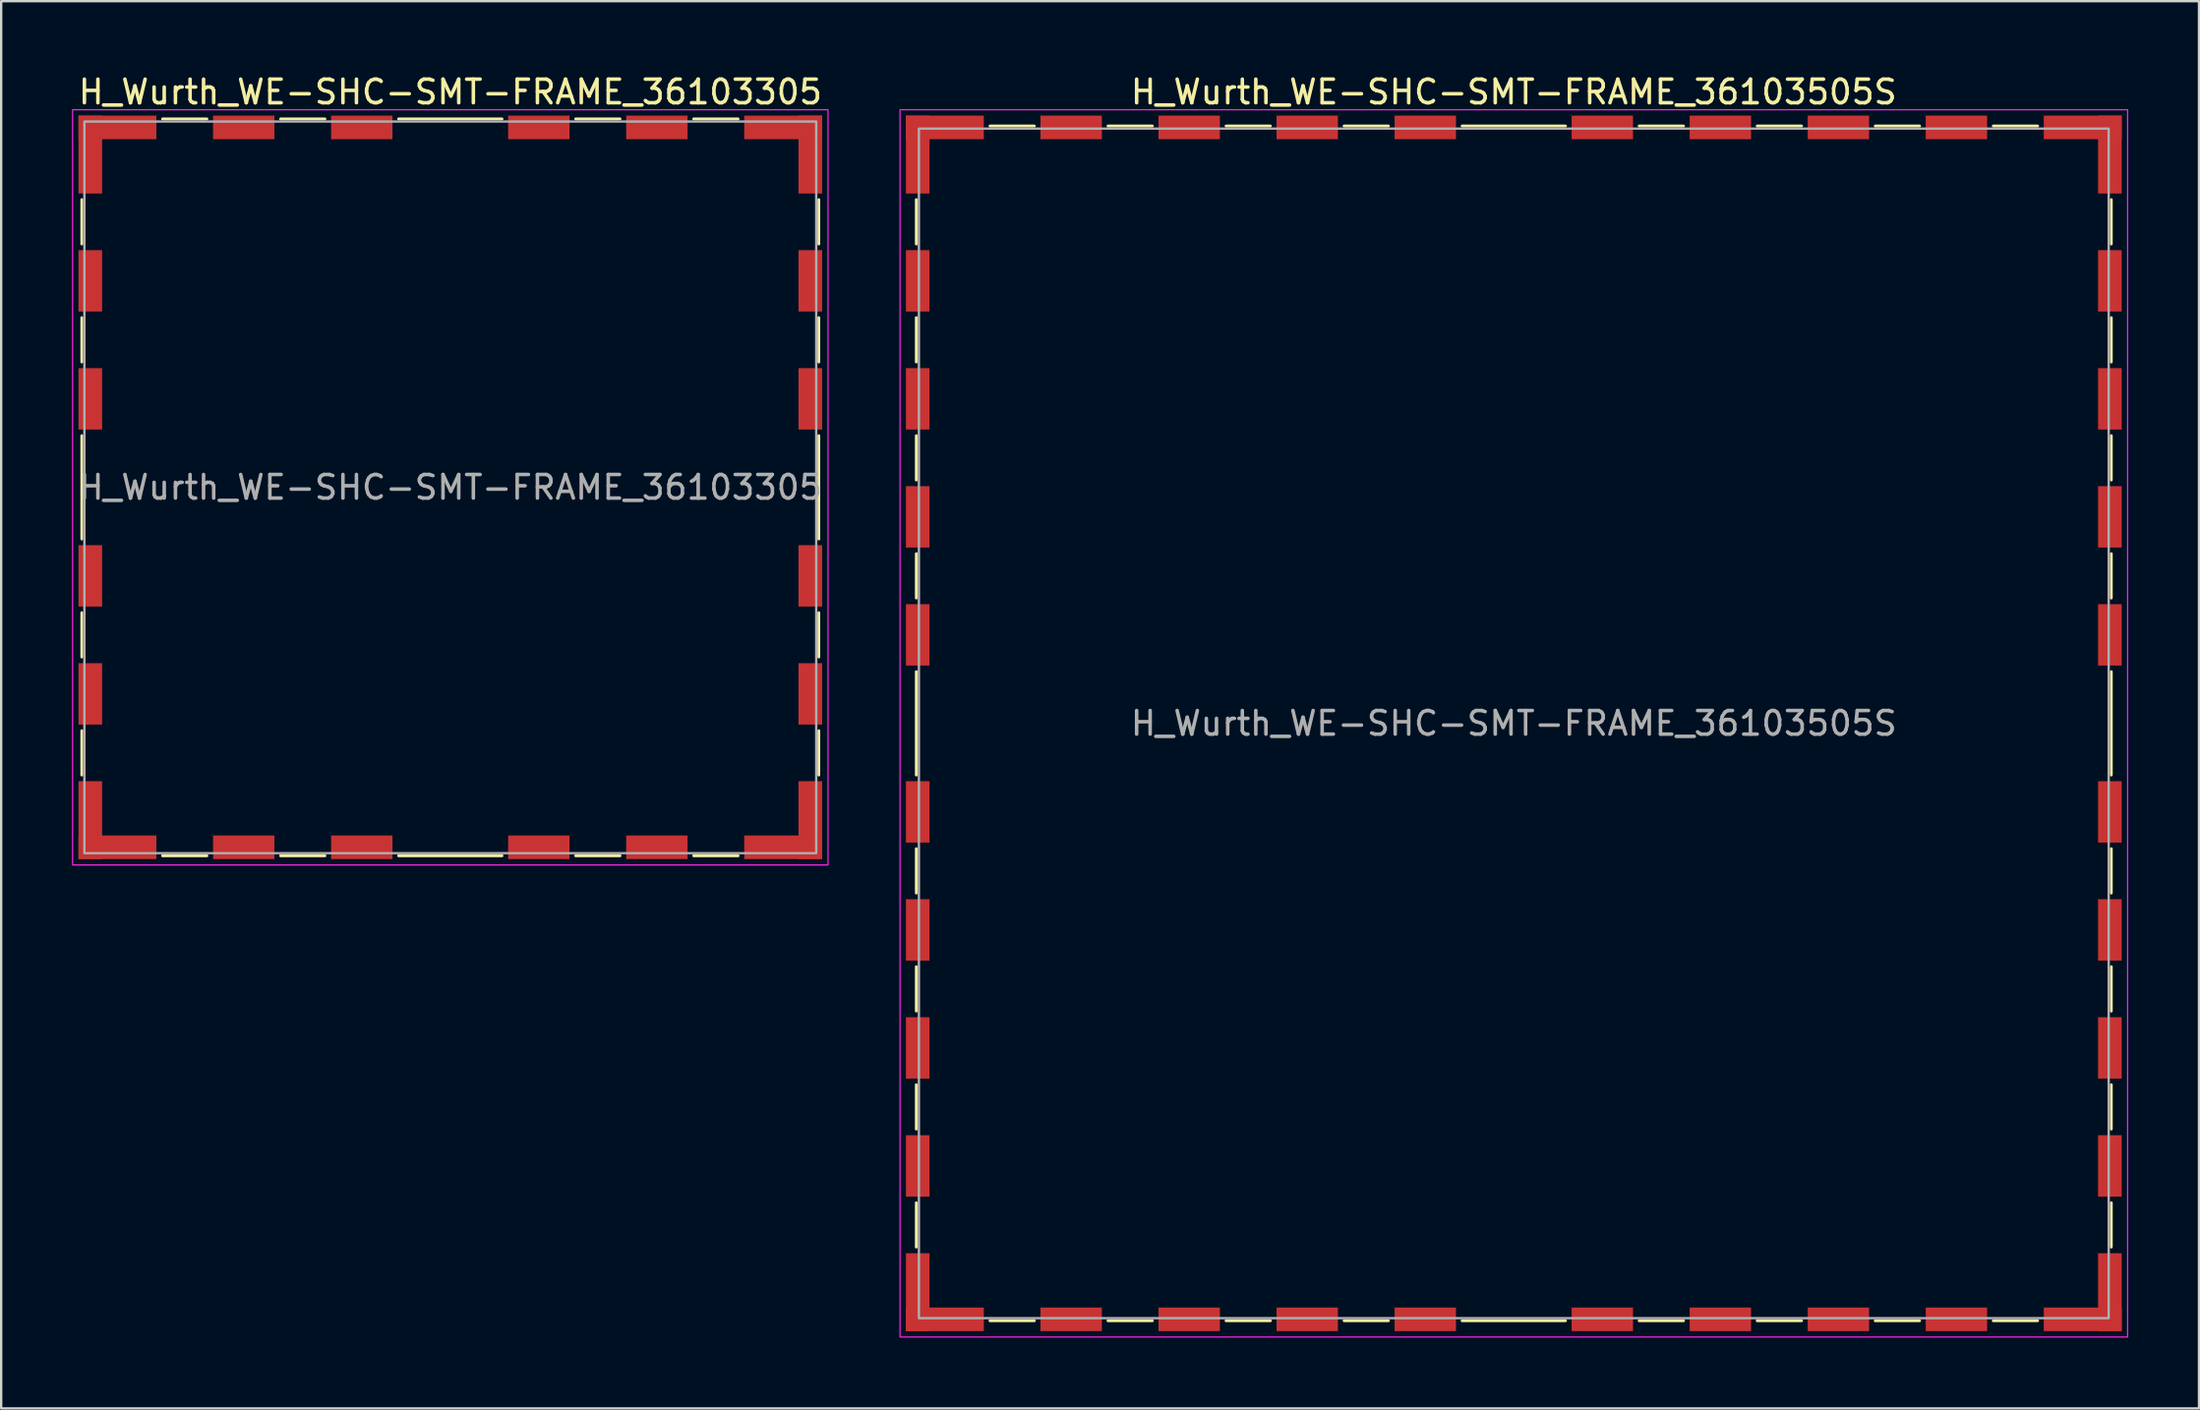
<source format=kicad_pcb>
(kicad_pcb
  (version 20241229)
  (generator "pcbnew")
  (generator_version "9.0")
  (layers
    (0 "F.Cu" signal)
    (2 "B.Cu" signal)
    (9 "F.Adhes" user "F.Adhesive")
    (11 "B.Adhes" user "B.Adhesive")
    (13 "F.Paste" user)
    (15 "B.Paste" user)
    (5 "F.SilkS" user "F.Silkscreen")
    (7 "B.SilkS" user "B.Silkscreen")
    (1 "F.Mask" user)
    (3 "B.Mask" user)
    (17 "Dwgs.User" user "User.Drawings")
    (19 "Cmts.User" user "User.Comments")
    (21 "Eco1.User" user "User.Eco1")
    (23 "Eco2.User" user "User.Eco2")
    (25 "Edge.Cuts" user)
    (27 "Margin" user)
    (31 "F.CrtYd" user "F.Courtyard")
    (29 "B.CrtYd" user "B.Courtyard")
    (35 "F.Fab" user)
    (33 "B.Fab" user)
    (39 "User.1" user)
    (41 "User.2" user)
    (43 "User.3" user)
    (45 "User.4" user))
  (footprint "H_Wurth_WE-SHC-SMT-FRAME_36103305"
    (layer "F.Cu")
    (at 16.025 17.598)
    (property "Reference" "H_Wurth_WE-SHC-SMT-FRAME_36103305" (at 0 -16.75 0) (unlocked yes) (layer "F.SilkS") (effects (font (size 1 1) (thickness 0.15))))
    (attr smd)
    (fp_line (start -15.61 -10.31) (end -15.61 -12.19) (stroke (width 0.12) (type default)) (layer "F.SilkS"))
    (fp_line (start -15.61 -5.31) (end -15.61 -7.19) (stroke (width 0.12) (type default)) (layer "F.SilkS"))
    (fp_line (start -15.61 2.19) (end -15.61 -2.19) (stroke (width 0.12) (type default)) (layer "F.SilkS"))
    (fp_line (start -15.61 7.19) (end -15.61 5.31) (stroke (width 0.12) (type default)) (layer "F.SilkS"))
    (fp_line (start -15.61 12.19) (end -15.61 10.31) (stroke (width 0.12) (type default)) (layer "F.SilkS"))
    (fp_line (start -12.19 -15.61) (end -10.31 -15.61) (stroke (width 0.12) (type default)) (layer "F.SilkS"))
    (fp_line (start -12.19 15.61) (end -10.31 15.61) (stroke (width 0.12) (type default)) (layer "F.SilkS"))
    (fp_line (start -7.19 -15.61) (end -5.31 -15.61) (stroke (width 0.12) (type default)) (layer "F.SilkS"))
    (fp_line (start -7.19 15.61) (end -5.31 15.61) (stroke (width 0.12) (type default)) (layer "F.SilkS"))
    (fp_line (start -2.19 -15.61) (end 2.19 -15.61) (stroke (width 0.12) (type default)) (layer "F.SilkS"))
    (fp_line (start -2.19 15.61) (end 2.19 15.61) (stroke (width 0.12) (type default)) (layer "F.SilkS"))
    (fp_line (start 5.31 -15.61) (end 7.19 -15.61) (stroke (width 0.12) (type default)) (layer "F.SilkS"))
    (fp_line (start 5.31 15.61) (end 7.19 15.61) (stroke (width 0.12) (type default)) (layer "F.SilkS"))
    (fp_line (start 10.31 -15.61) (end 12.19 -15.61) (stroke (width 0.12) (type default)) (layer "F.SilkS"))
    (fp_line (start 10.31 15.61) (end 12.19 15.61) (stroke (width 0.12) (type default)) (layer "F.SilkS"))
    (fp_line (start 15.61 -10.31) (end 15.61 -12.19) (stroke (width 0.12) (type default)) (layer "F.SilkS"))
    (fp_line (start 15.61 -5.31) (end 15.61 -7.19) (stroke (width 0.12) (type default)) (layer "F.SilkS"))
    (fp_line (start 15.61 2.19) (end 15.61 -2.19) (stroke (width 0.12) (type default)) (layer "F.SilkS"))
    (fp_line (start 15.61 7.19) (end 15.61 5.31) (stroke (width 0.12) (type default)) (layer "F.SilkS"))
    (fp_line (start 15.61 12.19) (end 15.61 10.31) (stroke (width 0.12) (type default)) (layer "F.SilkS"))
    (fp_rect (start -16 -16) (end 16 16) (stroke (width 0.05) (type solid)) (fill no) (layer "F.CrtYd"))
    (fp_rect (start -15.5 -15.5) (end 15.5 15.5) (stroke (width 0.1) (type solid)) (fill no) (layer "F.Fab"))
    (fp_text user "${REFERENCE}" (at 0 0 0) (unlocked yes) (layer "F.Fab") (effects (font (size 1 1) (thickness 0.15))))
    (pad "1" smd rect (at -15.25 -14.1) (size 1 3.3) (layers "F.Cu" "F.Mask" "F.Paste"))
    (pad "1" smd rect (at -15.25 -8.75) (size 1 2.6) (layers "F.Cu" "F.Mask" "F.Paste"))
    (pad "1" smd rect (at -15.25 -3.75) (size 1 2.6) (layers "F.Cu" "F.Mask" "F.Paste"))
    (pad "1" smd rect (at -15.25 3.75) (size 1 2.6) (layers "F.Cu" "F.Mask" "F.Paste"))
    (pad "1" smd rect (at -15.25 8.75) (size 1 2.6) (layers "F.Cu" "F.Mask" "F.Paste"))
    (pad "1" smd rect (at -15.25 14.1) (size 1 3.3) (layers "F.Cu" "F.Mask" "F.Paste"))
    (pad "1" smd rect (at -14.1 -15.25) (size 3.3 1) (layers "F.Cu" "F.Mask" "F.Paste"))
    (pad "1" smd rect (at -14.1 15.25) (size 3.3 1) (layers "F.Cu" "F.Mask" "F.Paste"))
    (pad "1" smd rect (at -8.75 -15.25) (size 2.6 1) (layers "F.Cu" "F.Mask" "F.Paste"))
    (pad "1" smd rect (at -8.75 15.25) (size 2.6 1) (layers "F.Cu" "F.Mask" "F.Paste"))
    (pad "1" smd rect (at -3.75 -15.25) (size 2.6 1) (layers "F.Cu" "F.Mask" "F.Paste"))
    (pad "1" smd rect (at -3.75 15.25) (size 2.6 1) (layers "F.Cu" "F.Mask" "F.Paste"))
    (pad "1" smd rect (at 3.75 -15.25) (size 2.6 1) (layers "F.Cu" "F.Mask" "F.Paste"))
    (pad "1" smd rect (at 3.75 15.25) (size 2.6 1) (layers "F.Cu" "F.Mask" "F.Paste"))
    (pad "1" smd rect (at 8.75 -15.25) (size 2.6 1) (layers "F.Cu" "F.Mask" "F.Paste"))
    (pad "1" smd rect (at 8.75 15.25) (size 2.6 1) (layers "F.Cu" "F.Mask" "F.Paste"))
    (pad "1" smd rect (at 14.1 -15.25) (size 3.3 1) (layers "F.Cu" "F.Mask" "F.Paste"))
    (pad "1" smd rect (at 14.1 15.25) (size 3.3 1) (layers "F.Cu" "F.Mask" "F.Paste"))
    (pad "1" smd rect (at 15.25 -14.1) (size 1 3.3) (layers "F.Cu" "F.Mask" "F.Paste"))
    (pad "1" smd rect (at 15.25 -8.75) (size 1 2.6) (layers "F.Cu" "F.Mask" "F.Paste"))
    (pad "1" smd rect (at 15.25 -3.75) (size 1 2.6) (layers "F.Cu" "F.Mask" "F.Paste"))
    (pad "1" smd rect (at 15.25 3.75) (size 1 2.6) (layers "F.Cu" "F.Mask" "F.Paste"))
    (pad "1" smd rect (at 15.25 8.75) (size 1 2.6) (layers "F.Cu" "F.Mask" "F.Paste"))
    (pad "1" smd rect (at 15.25 14.1) (size 1 3.3) (layers "F.Cu" "F.Mask" "F.Paste")))
  (footprint "H_Wurth_WE-SHC-SMT-FRAME_36103505S"
    (layer "F.Cu")
    (at 61.075 27.598)
    (property "Reference" "H_Wurth_WE-SHC-SMT-FRAME_36103505S" (at 0 -26.75 0) (unlocked yes) (layer "F.SilkS") (effects (font (size 1 1) (thickness 0.15))))
    (attr smd)
    (fp_line (start -25.31 -20.31) (end -25.31 -22.19) (stroke (width 0.12) (type default)) (layer "F.SilkS"))
    (fp_line (start -25.31 -15.31) (end -25.31 -17.19) (stroke (width 0.12) (type default)) (layer "F.SilkS"))
    (fp_line (start -25.31 -10.31) (end -25.31 -12.19) (stroke (width 0.12) (type default)) (layer "F.SilkS"))
    (fp_line (start -25.31 -5.31) (end -25.31 -7.19) (stroke (width 0.12) (type default)) (layer "F.SilkS"))
    (fp_line (start -25.31 2.19) (end -25.31 -2.19) (stroke (width 0.12) (type default)) (layer "F.SilkS"))
    (fp_line (start -25.31 7.19) (end -25.31 5.31) (stroke (width 0.12) (type default)) (layer "F.SilkS"))
    (fp_line (start -25.31 12.19) (end -25.31 10.31) (stroke (width 0.12) (type default)) (layer "F.SilkS"))
    (fp_line (start -25.31 17.19) (end -25.31 15.31) (stroke (width 0.12) (type default)) (layer "F.SilkS"))
    (fp_line (start -25.31 22.19) (end -25.31 20.31) (stroke (width 0.12) (type default)) (layer "F.SilkS"))
    (fp_line (start -22.19 -25.31) (end -20.31 -25.31) (stroke (width 0.12) (type default)) (layer "F.SilkS"))
    (fp_line (start -22.19 25.31) (end -20.31 25.31) (stroke (width 0.12) (type default)) (layer "F.SilkS"))
    (fp_line (start -17.19 -25.31) (end -15.31 -25.31) (stroke (width 0.12) (type default)) (layer "F.SilkS"))
    (fp_line (start -17.19 25.31) (end -15.31 25.31) (stroke (width 0.12) (type default)) (layer "F.SilkS"))
    (fp_line (start -12.19 -25.31) (end -10.31 -25.31) (stroke (width 0.12) (type default)) (layer "F.SilkS"))
    (fp_line (start -12.19 25.31) (end -10.31 25.31) (stroke (width 0.12) (type default)) (layer "F.SilkS"))
    (fp_line (start -7.19 -25.31) (end -5.31 -25.31) (stroke (width 0.12) (type default)) (layer "F.SilkS"))
    (fp_line (start -7.19 25.31) (end -5.31 25.31) (stroke (width 0.12) (type default)) (layer "F.SilkS"))
    (fp_line (start -2.19 -25.31) (end 2.19 -25.31) (stroke (width 0.12) (type default)) (layer "F.SilkS"))
    (fp_line (start -2.19 25.31) (end 2.19 25.31) (stroke (width 0.12) (type default)) (layer "F.SilkS"))
    (fp_line (start 5.31 -25.31) (end 7.19 -25.31) (stroke (width 0.12) (type default)) (layer "F.SilkS"))
    (fp_line (start 5.31 25.31) (end 7.19 25.31) (stroke (width 0.12) (type default)) (layer "F.SilkS"))
    (fp_line (start 10.31 -25.31) (end 12.19 -25.31) (stroke (width 0.12) (type default)) (layer "F.SilkS"))
    (fp_line (start 10.31 25.31) (end 12.19 25.31) (stroke (width 0.12) (type default)) (layer "F.SilkS"))
    (fp_line (start 15.31 -25.31) (end 17.19 -25.31) (stroke (width 0.12) (type default)) (layer "F.SilkS"))
    (fp_line (start 15.31 25.31) (end 17.19 25.31) (stroke (width 0.12) (type default)) (layer "F.SilkS"))
    (fp_line (start 20.31 -25.31) (end 22.19 -25.31) (stroke (width 0.12) (type default)) (layer "F.SilkS"))
    (fp_line (start 20.31 25.31) (end 22.19 25.31) (stroke (width 0.12) (type default)) (layer "F.SilkS"))
    (fp_line (start 25.31 -20.31) (end 25.31 -22.19) (stroke (width 0.12) (type default)) (layer "F.SilkS"))
    (fp_line (start 25.31 -15.31) (end 25.31 -17.19) (stroke (width 0.12) (type default)) (layer "F.SilkS"))
    (fp_line (start 25.31 -10.31) (end 25.31 -12.19) (stroke (width 0.12) (type default)) (layer "F.SilkS"))
    (fp_line (start 25.31 -5.31) (end 25.31 -7.19) (stroke (width 0.12) (type default)) (layer "F.SilkS"))
    (fp_line (start 25.31 2.19) (end 25.31 -2.19) (stroke (width 0.12) (type default)) (layer "F.SilkS"))
    (fp_line (start 25.31 7.19) (end 25.31 5.31) (stroke (width 0.12) (type default)) (layer "F.SilkS"))
    (fp_line (start 25.31 12.19) (end 25.31 10.31) (stroke (width 0.12) (type default)) (layer "F.SilkS"))
    (fp_line (start 25.31 17.19) (end 25.31 15.31) (stroke (width 0.12) (type default)) (layer "F.SilkS"))
    (fp_line (start 25.31 22.19) (end 25.31 20.31) (stroke (width 0.12) (type default)) (layer "F.SilkS"))
    (fp_rect (start -26 -26) (end 26 26) (stroke (width 0.05) (type solid)) (fill no) (layer "F.CrtYd"))
    (fp_rect (start -25.2 -25.2) (end 25.2 25.2) (stroke (width 0.1) (type solid)) (fill no) (layer "F.Fab"))
    (fp_text user "${REFERENCE}" (at 0 0 0) (unlocked yes) (layer "F.Fab") (effects (font (size 1 1) (thickness 0.15))))
    (pad "1" smd rect (at -25.25 -24.1 90) (size 3.3 1) (layers "F.Cu" "F.Mask" "F.Paste"))
    (pad "1" smd rect (at -25.25 -18.75 90) (size 2.6 1) (layers "F.Cu" "F.Mask" "F.Paste"))
    (pad "1" smd rect (at -25.25 -13.75 90) (size 2.6 1) (layers "F.Cu" "F.Mask" "F.Paste"))
    (pad "1" smd rect (at -25.25 -8.75 90) (size 2.6 1) (layers "F.Cu" "F.Mask" "F.Paste"))
    (pad "1" smd rect (at -25.25 -3.75 90) (size 2.6 1) (layers "F.Cu" "F.Mask" "F.Paste"))
    (pad "1" smd rect (at -25.25 3.75 90) (size 2.6 1) (layers "F.Cu" "F.Mask" "F.Paste"))
    (pad "1" smd rect (at -25.25 8.75 90) (size 2.6 1) (layers "F.Cu" "F.Mask" "F.Paste"))
    (pad "1" smd rect (at -25.25 13.75 90) (size 2.6 1) (layers "F.Cu" "F.Mask" "F.Paste"))
    (pad "1" smd rect (at -25.25 18.75 90) (size 2.6 1) (layers "F.Cu" "F.Mask" "F.Paste"))
    (pad "1" smd rect (at -25.25 24.1 90) (size 3.3 1) (layers "F.Cu" "F.Mask" "F.Paste"))
    (pad "1" smd rect (at -24.1 -25.25) (size 3.3 1) (layers "F.Cu" "F.Mask" "F.Paste"))
    (pad "1" smd rect (at -24.1 25.25) (size 3.3 1) (layers "F.Cu" "F.Mask" "F.Paste"))
    (pad "1" smd rect (at -18.75 -25.25) (size 2.6 1) (layers "F.Cu" "F.Mask" "F.Paste"))
    (pad "1" smd rect (at -18.75 25.25) (size 2.6 1) (layers "F.Cu" "F.Mask" "F.Paste"))
    (pad "1" smd rect (at -13.75 -25.25) (size 2.6 1) (layers "F.Cu" "F.Mask" "F.Paste"))
    (pad "1" smd rect (at -13.75 25.25) (size 2.6 1) (layers "F.Cu" "F.Mask" "F.Paste"))
    (pad "1" smd rect (at -8.75 -25.25) (size 2.6 1) (layers "F.Cu" "F.Mask" "F.Paste"))
    (pad "1" smd rect (at -8.75 25.25) (size 2.6 1) (layers "F.Cu" "F.Mask" "F.Paste"))
    (pad "1" smd rect (at -3.75 -25.25) (size 2.6 1) (layers "F.Cu" "F.Mask" "F.Paste"))
    (pad "1" smd rect (at -3.75 25.25) (size 2.6 1) (layers "F.Cu" "F.Mask" "F.Paste"))
    (pad "1" smd rect (at 3.75 -25.25) (size 2.6 1) (layers "F.Cu" "F.Mask" "F.Paste"))
    (pad "1" smd rect (at 3.75 25.25) (size 2.6 1) (layers "F.Cu" "F.Mask" "F.Paste"))
    (pad "1" smd rect (at 8.75 -25.25) (size 2.6 1) (layers "F.Cu" "F.Mask" "F.Paste"))
    (pad "1" smd rect (at 8.75 25.25) (size 2.6 1) (layers "F.Cu" "F.Mask" "F.Paste"))
    (pad "1" smd rect (at 13.75 -25.25) (size 2.6 1) (layers "F.Cu" "F.Mask" "F.Paste"))
    (pad "1" smd rect (at 13.75 25.25) (size 2.6 1) (layers "F.Cu" "F.Mask" "F.Paste"))
    (pad "1" smd rect (at 18.75 -25.25) (size 2.6 1) (layers "F.Cu" "F.Mask" "F.Paste"))
    (pad "1" smd rect (at 18.75 25.25) (size 2.6 1) (layers "F.Cu" "F.Mask" "F.Paste"))
    (pad "1" smd rect (at 24.1 -25.25) (size 3.3 1) (layers "F.Cu" "F.Mask" "F.Paste"))
    (pad "1" smd rect (at 24.1 25.25) (size 3.3 1) (layers "F.Cu" "F.Mask" "F.Paste"))
    (pad "1" smd rect (at 25.25 -24.1 90) (size 3.3 1) (layers "F.Cu" "F.Mask" "F.Paste"))
    (pad "1" smd rect (at 25.25 -18.75 90) (size 2.6 1) (layers "F.Cu" "F.Mask" "F.Paste"))
    (pad "1" smd rect (at 25.25 -13.75 90) (size 2.6 1) (layers "F.Cu" "F.Mask" "F.Paste"))
    (pad "1" smd rect (at 25.25 -8.75 90) (size 2.6 1) (layers "F.Cu" "F.Mask" "F.Paste"))
    (pad "1" smd rect (at 25.25 -3.75 90) (size 2.6 1) (layers "F.Cu" "F.Mask" "F.Paste"))
    (pad "1" smd rect (at 25.25 3.75 90) (size 2.6 1) (layers "F.Cu" "F.Mask" "F.Paste"))
    (pad "1" smd rect (at 25.25 8.75 90) (size 2.6 1) (layers "F.Cu" "F.Mask" "F.Paste"))
    (pad "1" smd rect (at 25.25 13.75 90) (size 2.6 1) (layers "F.Cu" "F.Mask" "F.Paste"))
    (pad "1" smd rect (at 25.25 18.75 90) (size 2.6 1) (layers "F.Cu" "F.Mask" "F.Paste"))
    (pad "1" smd rect (at 25.25 24.1 90) (size 3.3 1) (layers "F.Cu" "F.Mask" "F.Paste")))
  (gr_rect
    (start -3 -3)
    (end 90.1 56.623)
    (stroke (width 0.1) (type default))
    (fill no)
    (layer "Edge.Cuts")))
</source>
